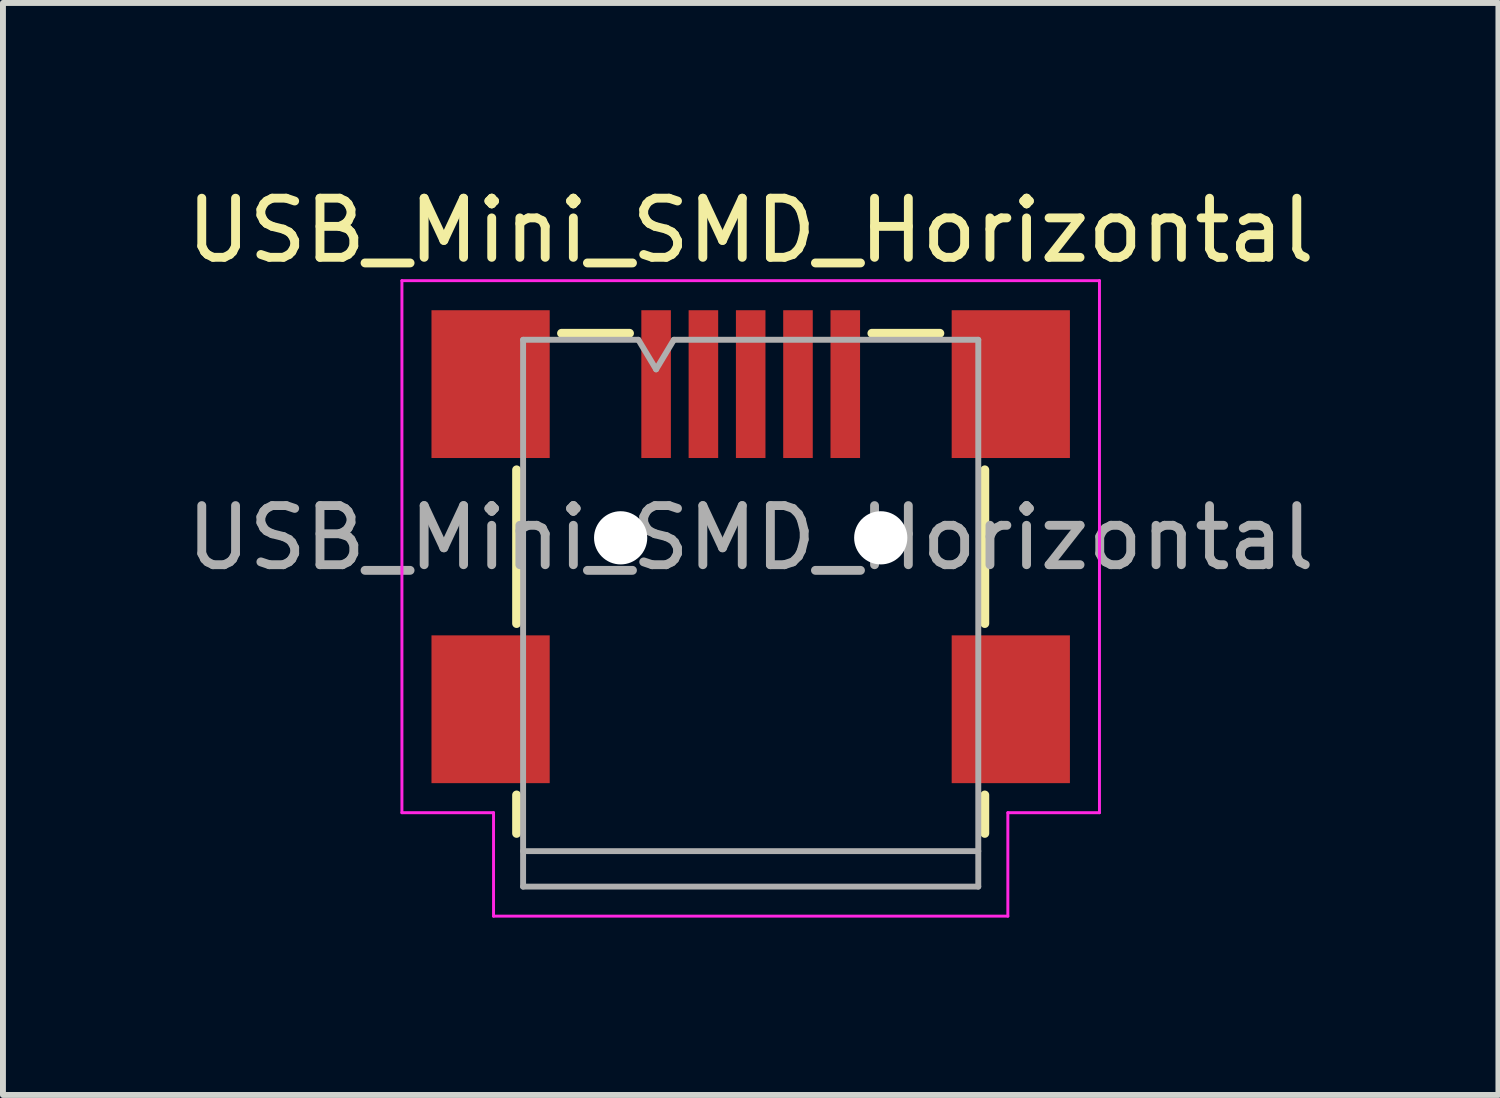
<source format=kicad_pcb>
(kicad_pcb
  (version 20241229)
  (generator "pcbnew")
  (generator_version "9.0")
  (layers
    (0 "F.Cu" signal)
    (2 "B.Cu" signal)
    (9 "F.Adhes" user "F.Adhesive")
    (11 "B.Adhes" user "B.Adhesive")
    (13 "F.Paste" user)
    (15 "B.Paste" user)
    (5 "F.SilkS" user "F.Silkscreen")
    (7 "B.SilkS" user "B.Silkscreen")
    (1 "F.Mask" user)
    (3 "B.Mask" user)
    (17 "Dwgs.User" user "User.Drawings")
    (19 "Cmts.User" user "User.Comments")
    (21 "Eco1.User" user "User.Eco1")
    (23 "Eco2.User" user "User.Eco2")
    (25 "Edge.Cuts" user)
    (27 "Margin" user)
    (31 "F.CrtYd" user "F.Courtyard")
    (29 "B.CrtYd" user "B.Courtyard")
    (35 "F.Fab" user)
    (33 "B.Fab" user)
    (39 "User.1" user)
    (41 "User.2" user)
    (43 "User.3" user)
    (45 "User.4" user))
  (footprint "USB_Mini_SMD_Horizontal"
    (layer "F.Cu")
    (at 9.649 6.048)
    (property "Reference" "USB_Mini_SMD_Horizontal" (at 0 -5.2 0) (unlocked yes) (layer "F.SilkS") (effects (font (size 1 1) (thickness 0.15))))
    (attr smd)
    (fp_line (start -3.96 1.45) (end -3.96 -1.15) (stroke (width 0.15) (type solid)) (layer "F.SilkS"))
    (fp_line (start -3.96 4.35) (end -3.96 5) (stroke (width 0.15) (type solid)) (layer "F.SilkS"))
    (fp_line (start -3.2 -3.46) (end -2.05 -3.46) (stroke (width 0.15) (type solid)) (layer "F.SilkS"))
    (fp_line (start 2.05 -3.46) (end 3.2 -3.46) (stroke (width 0.15) (type solid)) (layer "F.SilkS"))
    (fp_line (start 3.96 -1.15) (end 3.96 1.45) (stroke (width 0.15) (type solid)) (layer "F.SilkS"))
    (fp_line (start 3.96 5) (end 3.96 4.35) (stroke (width 0.15) (type solid)) (layer "F.SilkS"))
    (fp_line (start -5.9 -4.35) (end 5.9 -4.35) (stroke (width 0.05) (type solid)) (layer "F.CrtYd"))
    (fp_line (start -5.9 4.65) (end -5.9 -4.35) (stroke (width 0.05) (type solid)) (layer "F.CrtYd"))
    (fp_line (start -5.9 4.65) (end -4.35 4.65) (stroke (width 0.05) (type solid)) (layer "F.CrtYd"))
    (fp_line (start -4.35 6.4) (end -4.35 4.65) (stroke (width 0.05) (type solid)) (layer "F.CrtYd"))
    (fp_line (start 4.35 4.65) (end 4.35 6.4) (stroke (width 0.05) (type solid)) (layer "F.CrtYd"))
    (fp_line (start 4.35 6.4) (end -4.35 6.4) (stroke (width 0.05) (type solid)) (layer "F.CrtYd"))
    (fp_line (start 5.9 -4.35) (end 5.9 4.65) (stroke (width 0.05) (type solid)) (layer "F.CrtYd"))
    (fp_line (start 5.9 4.65) (end 4.35 4.65) (stroke (width 0.05) (type solid)) (layer "F.CrtYd"))
    (fp_line (start -3.85 -3.35) (end -1.9 -3.35) (stroke (width 0.1) (type solid)) (layer "F.Fab"))
    (fp_line (start -3.85 5.9) (end -3.85 -3.35) (stroke (width 0.1) (type solid)) (layer "F.Fab"))
    (fp_line (start -1.9 -3.35) (end -1.6 -2.85) (stroke (width 0.1) (type solid)) (layer "F.Fab"))
    (fp_line (start -1.6 -2.85) (end -1.3 -3.35) (stroke (width 0.1) (type solid)) (layer "F.Fab"))
    (fp_line (start -1.3 -3.35) (end 3.85 -3.35) (stroke (width 0.1) (type solid)) (layer "F.Fab"))
    (fp_line (start 3.85 -3.35) (end 3.85 5.9) (stroke (width 0.1) (type solid)) (layer "F.Fab"))
    (fp_line (start 3.85 5.3) (end -3.85 5.3) (stroke (width 0.1) (type solid)) (layer "F.Fab"))
    (fp_line (start 3.85 5.9) (end -3.85 5.9) (stroke (width 0.1) (type solid)) (layer "F.Fab"))
    (fp_text user "${REFERENCE}" (at 0 0 0) (layer "F.Fab") (effects (font (size 1 1) (thickness 0.15))))
    (pad "" np_thru_hole circle (at -2.2 0) (size 0.9 0.9) (drill 0.9) (layers "*.Cu" "*.Mask"))
    (pad "" np_thru_hole circle (at 2.2 0) (size 0.9 0.9) (drill 0.9) (layers "*.Cu" "*.Mask"))
    (pad "1" smd rect (at -1.6 -2.6) (size 0.5 2.5) (layers "F.Cu" "F.Mask" "F.Paste"))
    (pad "2" smd rect (at -0.8 -2.6) (size 0.5 2.5) (layers "F.Cu" "F.Mask" "F.Paste"))
    (pad "3" smd rect (at 0 -2.6) (size 0.5 2.5) (layers "F.Cu" "F.Mask" "F.Paste"))
    (pad "4" smd rect (at 0.8 -2.6) (size 0.5 2.5) (layers "F.Cu" "F.Mask" "F.Paste"))
    (pad "5" smd rect (at 1.6 -2.6) (size 0.5 2.5) (layers "F.Cu" "F.Mask" "F.Paste"))
    (pad "S" smd rect (at -4.4 -2.6) (size 2 2.5) (layers "F.Cu" "F.Mask" "F.Paste"))
    (pad "S" smd rect (at -4.4 2.9) (size 2 2.5) (layers "F.Cu" "F.Mask" "F.Paste"))
    (pad "S" smd rect (at 4.4 -2.6) (size 2 2.5) (layers "F.Cu" "F.Mask" "F.Paste"))
    (pad "S" smd rect (at 4.4 2.9) (size 2 2.5) (layers "F.Cu" "F.Mask" "F.Paste")))
  (gr_rect
    (start -3 -3)
    (end 22.298 15.473)
    (stroke (width 0.1) (type default))
    (fill no)
    (layer "Edge.Cuts")))
</source>
